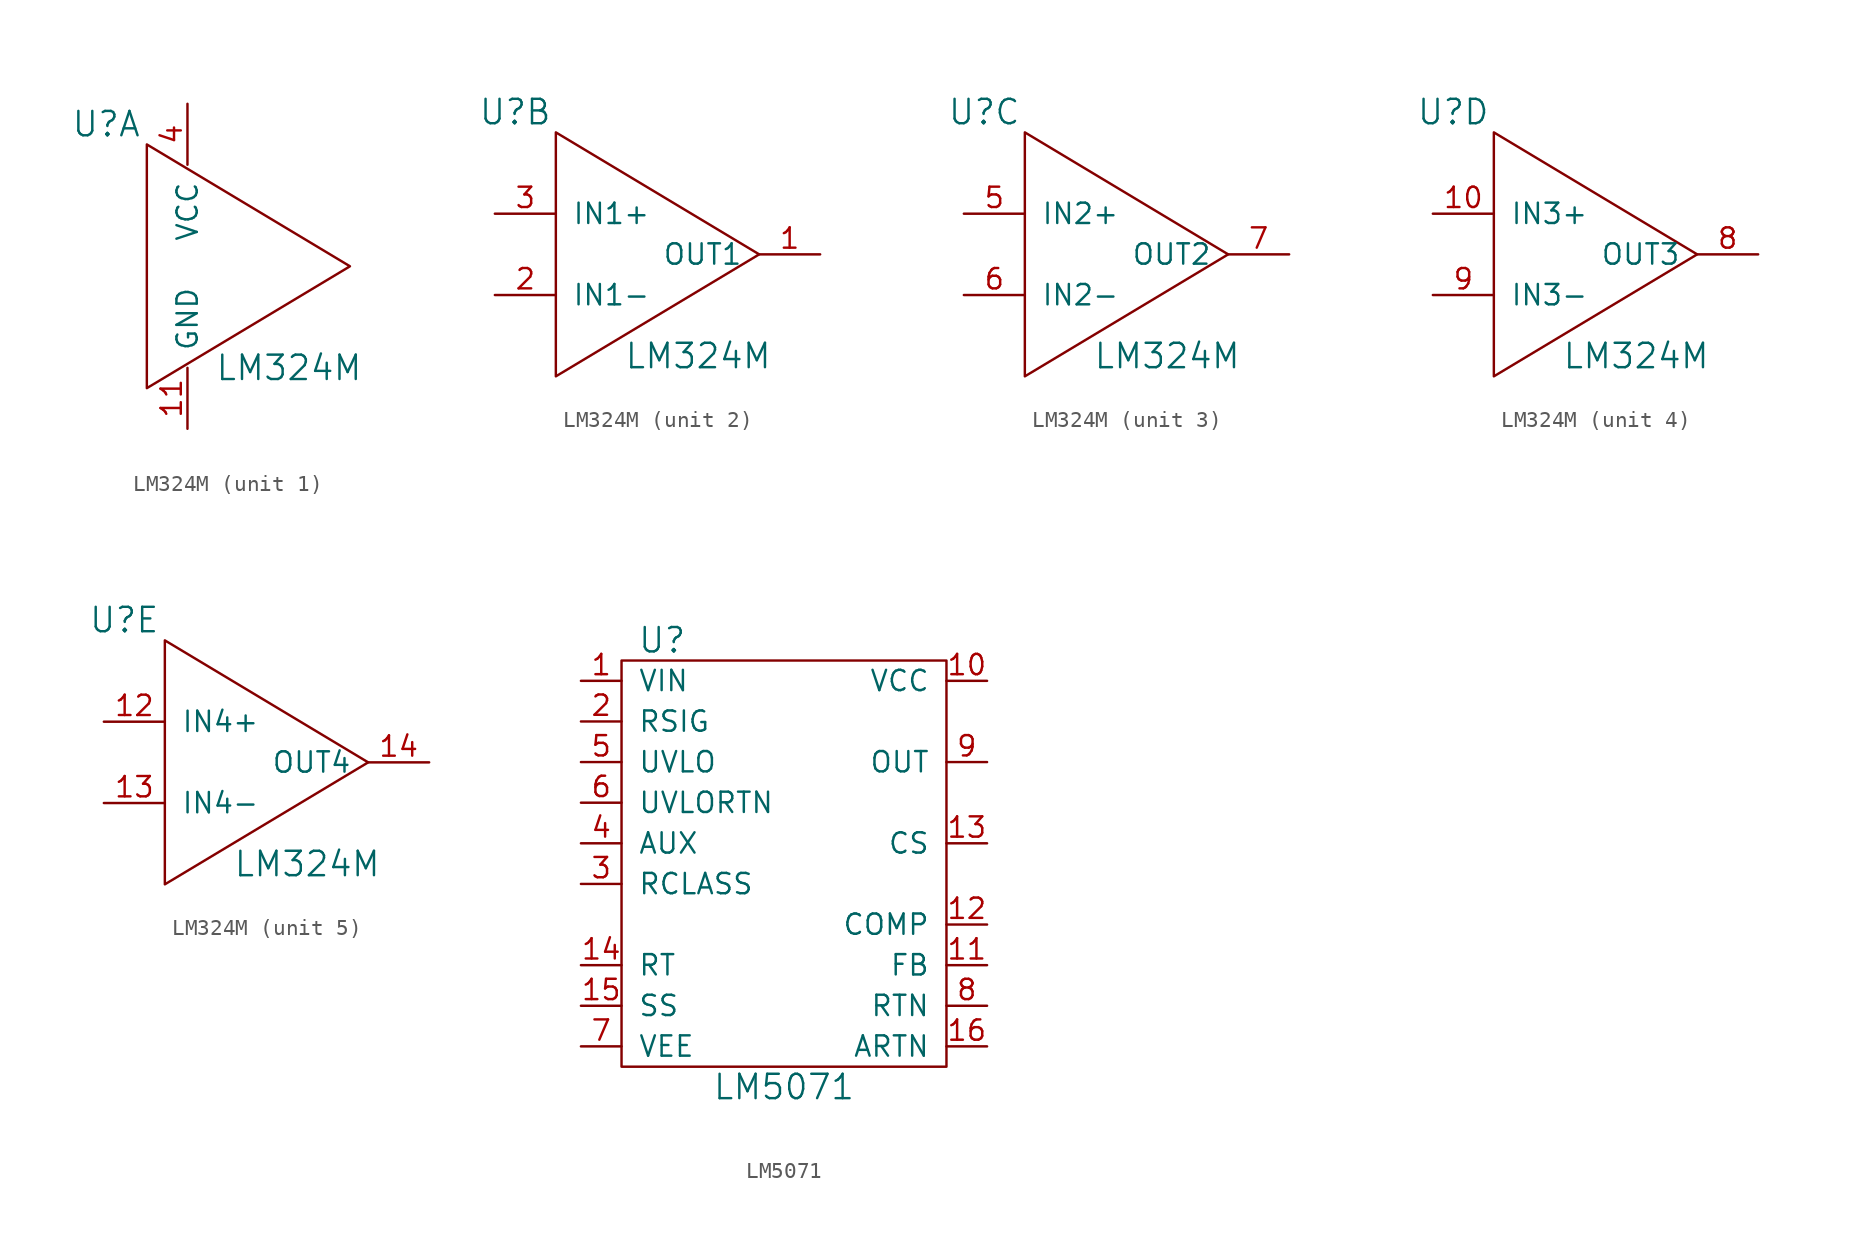
<source format=kicad_sym>
(kicad_symbol_lib
  (version 20211014)
  (generator kicad_symbol_editor)
  (symbol "LM324M"
    (pin_names
      (offset 1.016))
    (property "Reference" "U"
      (at -7.62 8.89 0)
      (effects (font (size 1.524 1.524))))
    (property "Value" "LM324M"
      (at 3.81 -6.35 0)
      (effects (font (size 1.524 1.524))))
    (property "Footprint" ""
      (at 0 0 0)
      (effects (font (size 1.524 1.524))))
    (property "Datasheet" ""
      (at 0 0 0)
      (effects (font (size 1.524 1.524))))
    (symbol "LM324M_0_1"
      (polyline (pts (xy -5.08 7.62) (xy -5.08 -7.62) (xy 7.62 0) (xy -5.08 7.62) (xy -5.08 7.62) (xy -5.08 7.62)) (stroke (width 0) (type default) (color 0 0 0 0)) (fill (type none))))
    (symbol "LM324M_1_1"
      (pin passive line (at -2.54 -10.16 90) (length 3.81) (name "GND" (effects (font (size 1.27 1.27)))) (number "11" (effects (font (size 1.27 1.27)))))
      (pin passive line (at -2.54 10.16 270) (length 3.81) (name "VCC" (effects (font (size 1.27 1.27)))) (number "4" (effects (font (size 1.27 1.27))))))
    (symbol "LM324M_2_1"
      (pin passive line (at 11.43 0 180) (length 3.81) (name "OUT1" (effects (font (size 1.27 1.27)))) (number "1" (effects (font (size 1.27 1.27)))))
      (pin passive line (at -8.89 -2.54 0) (length 3.81) (name "IN1-" (effects (font (size 1.27 1.27)))) (number "2" (effects (font (size 1.27 1.27)))))
      (pin passive line (at -8.89 2.54 0) (length 3.81) (name "IN1+" (effects (font (size 1.27 1.27)))) (number "3" (effects (font (size 1.27 1.27))))))
    (symbol "LM324M_3_1"
      (pin passive line (at -8.89 2.54 0) (length 3.81) (name "IN2+" (effects (font (size 1.27 1.27)))) (number "5" (effects (font (size 1.27 1.27)))))
      (pin passive line (at -8.89 -2.54 0) (length 3.81) (name "IN2-" (effects (font (size 1.27 1.27)))) (number "6" (effects (font (size 1.27 1.27)))))
      (pin passive line (at 11.43 0 180) (length 3.81) (name "OUT2" (effects (font (size 1.27 1.27)))) (number "7" (effects (font (size 1.27 1.27))))))
    (symbol "LM324M_4_1"
      (pin passive line (at -8.89 2.54 0) (length 3.81) (name "IN3+" (effects (font (size 1.27 1.27)))) (number "10" (effects (font (size 1.27 1.27)))))
      (pin passive line (at 11.43 0 180) (length 3.81) (name "OUT3" (effects (font (size 1.27 1.27)))) (number "8" (effects (font (size 1.27 1.27)))))
      (pin passive line (at -8.89 -2.54 0) (length 3.81) (name "IN3-" (effects (font (size 1.27 1.27)))) (number "9" (effects (font (size 1.27 1.27))))))
    (symbol "LM324M_5_1"
      (pin passive line (at -8.89 2.54 0) (length 3.81) (name "IN4+" (effects (font (size 1.27 1.27)))) (number "12" (effects (font (size 1.27 1.27)))))
      (pin passive line (at -8.89 -2.54 0) (length 3.81) (name "IN4-" (effects (font (size 1.27 1.27)))) (number "13" (effects (font (size 1.27 1.27)))))
      (pin passive line (at 11.43 0 180) (length 3.81) (name "OUT4" (effects (font (size 1.27 1.27)))) (number "14" (effects (font (size 1.27 1.27)))))))
  (symbol "LM5071"
    (pin_names
      (offset 1.016))
    (property "Reference" "U"
      (at -7.62 13.97 0)
      (effects (font (size 1.524 1.524))))
    (property "Value" "LM5071"
      (at 0 -13.97 0)
      (effects (font (size 1.524 1.524))))
    (property "Footprint" ""
      (at 1.27 5.08 0)
      (effects (font (size 1.524 1.524))))
    (property "Datasheet" ""
      (at 1.27 5.08 0)
      (effects (font (size 1.524 1.524))))
    (symbol "LM5071_0_1"
      (rectangle (start -10.16 12.7) (end 10.16 -12.7) (stroke (width 0) (type default) (color 0 0 0 0)) (fill (type none))))
    (symbol "LM5071_1_1"
      (pin passive line (at -12.7 11.43 0) (length 2.54) (name "VIN" (effects (font (size 1.27 1.27)))) (number "1" (effects (font (size 1.27 1.27)))))
      (pin passive line (at 12.7 11.43 180) (length 2.54) (name "VCC" (effects (font (size 1.27 1.27)))) (number "10" (effects (font (size 1.27 1.27)))))
      (pin passive line (at 12.7 -6.35 180) (length 2.54) (name "FB" (effects (font (size 1.27 1.27)))) (number "11" (effects (font (size 1.27 1.27)))))
      (pin passive line (at 12.7 -3.81 180) (length 2.54) (name "COMP" (effects (font (size 1.27 1.27)))) (number "12" (effects (font (size 1.27 1.27)))))
      (pin passive line (at 12.7 1.27 180) (length 2.54) (name "CS" (effects (font (size 1.27 1.27)))) (number "13" (effects (font (size 1.27 1.27)))))
      (pin passive line (at -12.7 -6.35 0) (length 2.54) (name "RT" (effects (font (size 1.27 1.27)))) (number "14" (effects (font (size 1.27 1.27)))))
      (pin passive line (at -12.7 -8.89 0) (length 2.54) (name "SS" (effects (font (size 1.27 1.27)))) (number "15" (effects (font (size 1.27 1.27)))))
      (pin passive line (at 12.7 -11.43 180) (length 2.54) (name "ARTN" (effects (font (size 1.27 1.27)))) (number "16" (effects (font (size 1.27 1.27)))))
      (pin passive line (at -12.7 8.89 0) (length 2.54) (name "RSIG" (effects (font (size 1.27 1.27)))) (number "2" (effects (font (size 1.27 1.27)))))
      (pin passive line (at -12.7 -1.27 0) (length 2.54) (name "RCLASS" (effects (font (size 1.27 1.27)))) (number "3" (effects (font (size 1.27 1.27)))))
      (pin passive line (at -12.7 1.27 0) (length 2.54) (name "AUX" (effects (font (size 1.27 1.27)))) (number "4" (effects (font (size 1.27 1.27)))))
      (pin passive line (at -12.7 6.35 0) (length 2.54) (name "UVLO" (effects (font (size 1.27 1.27)))) (number "5" (effects (font (size 1.27 1.27)))))
      (pin passive line (at -12.7 3.81 0) (length 2.54) (name "UVLORTN" (effects (font (size 1.27 1.27)))) (number "6" (effects (font (size 1.27 1.27)))))
      (pin passive line (at -12.7 -11.43 0) (length 2.54) (name "VEE" (effects (font (size 1.27 1.27)))) (number "7" (effects (font (size 1.27 1.27)))))
      (pin passive line (at 12.7 -8.89 180) (length 2.54) (name "RTN" (effects (font (size 1.27 1.27)))) (number "8" (effects (font (size 1.27 1.27)))))
      (pin passive line (at 12.7 6.35 180) (length 2.54) (name "OUT" (effects (font (size 1.27 1.27)))) (number "9" (effects (font (size 1.27 1.27))))))))
</source>
